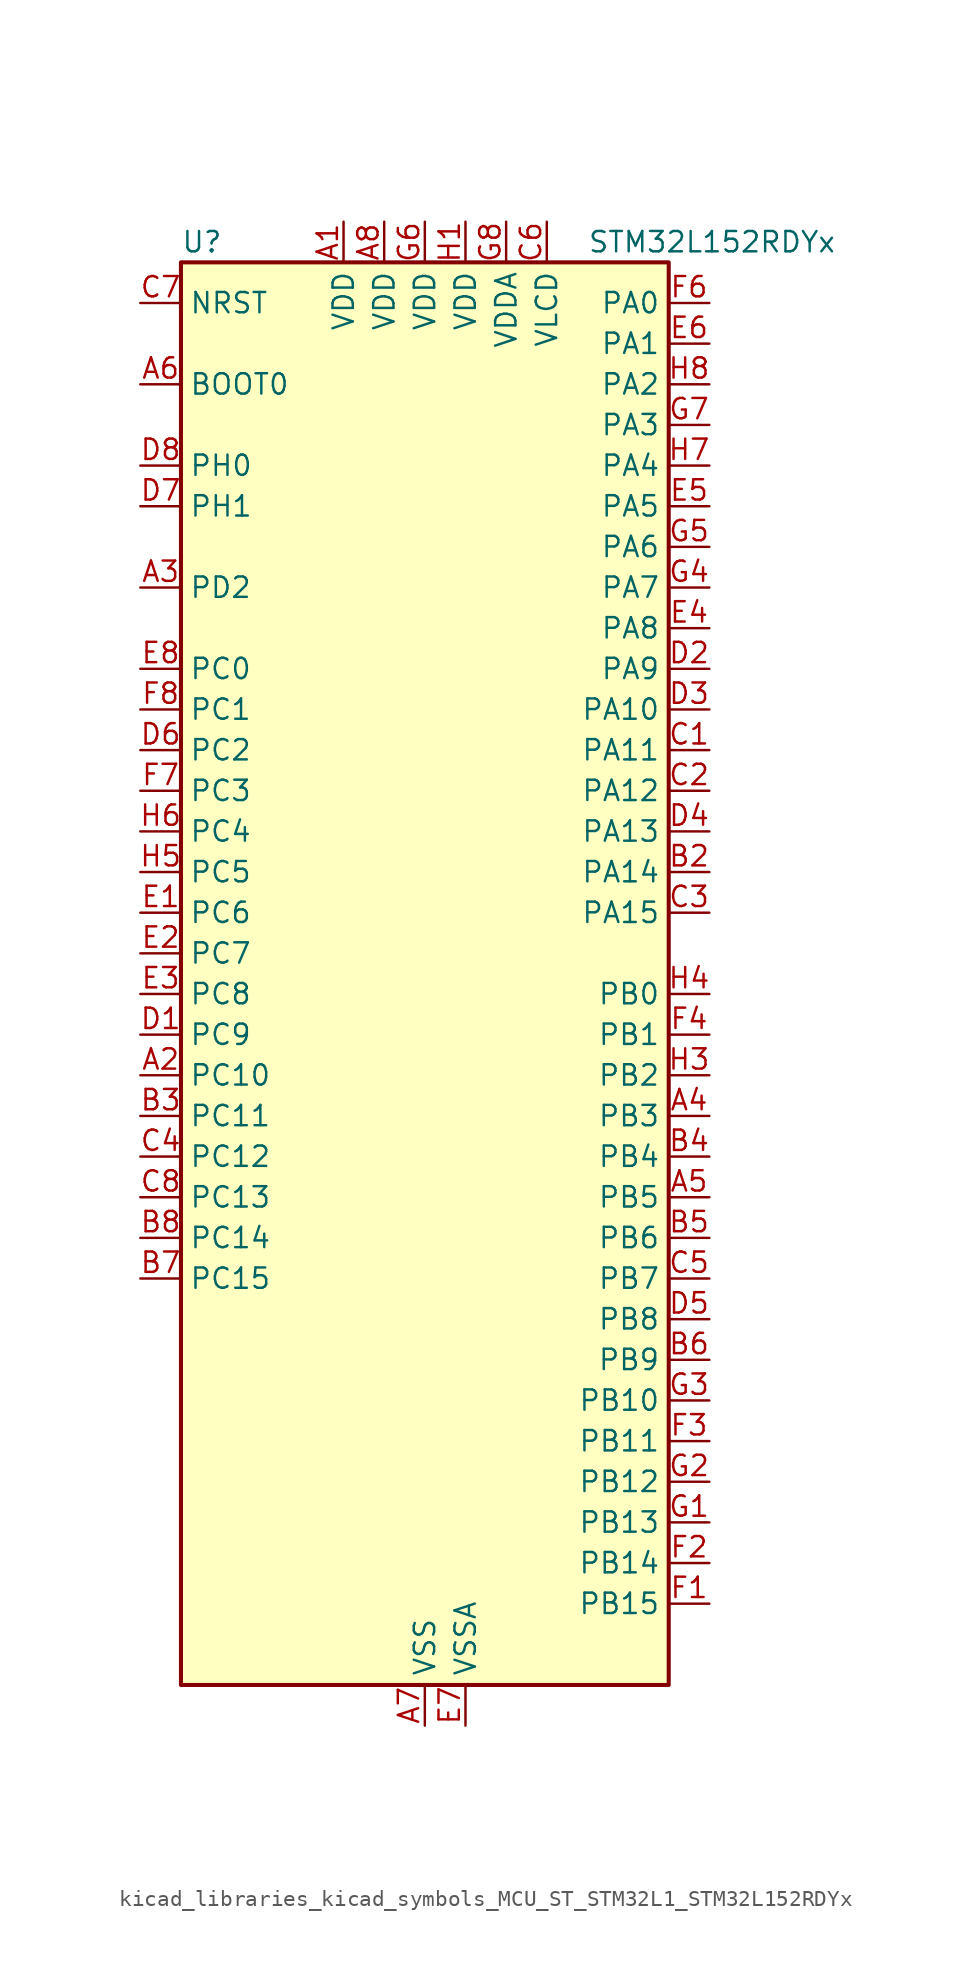
<source format=kicad_sym>
(kicad_symbol_lib
  (version 20220914)
  (generator kicad_symbol_editor)
  (symbol "kicad_libraries_kicad_symbols_MCU_ST_STM32L1_STM32L152RDYx"
    (property "Reference" "U"
      (at -15.24 46.99 0)
      (effects (font (size 1.27 1.27)) (justify left)))
    (property "Value" "STM32L152RDYx"
      (at 10.16 46.99 0)
      (effects (font (size 1.27 1.27)) (justify left)))
    (property "ki_locked" ""
      (at 0 0 0)
      (effects (font (size 1.27 1.27))))
    (symbol "kicad_libraries_kicad_symbols_MCU_ST_STM32L1_STM32L152RDYx_0_1"
      (rectangle (start -15.24 -43.18) (end 15.24 45.72) (stroke (width 0.254) (type default)) (fill (type background))))
    (symbol "kicad_libraries_kicad_symbols_MCU_ST_STM32L1_STM32L152RDYx_1_1"
      (pin power_in line (at -5.08 48.26 270) (length 2.54) (name "VDD" (effects (font (size 1.27 1.27)))) (number "A1" (effects (font (size 1.27 1.27)))))
      (pin bidirectional line (at -17.78 -5.08 0) (length 2.54) (name "PC10" (effects (font (size 1.27 1.27)))) (number "A2" (effects (font (size 1.27 1.27)))) (alternate "I2S3_CK" bidirectional line) (alternate "LCD_COM4" bidirectional line) (alternate "LCD_SEG28" bidirectional line) (alternate "LCD_SEG40" bidirectional line) (alternate "SDIO_D2" bidirectional line) (alternate "SPI3_SCK" bidirectional line) (alternate "TIMX_IC3" bidirectional line) (alternate "UART4_TX" bidirectional line) (alternate "USART3_TX" bidirectional line))
      (pin bidirectional line (at -17.78 25.4 0) (length 2.54) (name "PD2" (effects (font (size 1.27 1.27)))) (number "A3" (effects (font (size 1.27 1.27)))) (alternate "LCD_COM7" bidirectional line) (alternate "LCD_SEG31" bidirectional line) (alternate "LCD_SEG43" bidirectional line) (alternate "SDIO_CMD" bidirectional line) (alternate "TIM3_ETR" bidirectional line) (alternate "TIMX_IC3" bidirectional line) (alternate "UART5_RX" bidirectional line))
      (pin bidirectional line (at 17.78 -7.62 180) (length 2.54) (name "PB3" (effects (font (size 1.27 1.27)))) (number "A4" (effects (font (size 1.27 1.27)))) (alternate "COMP2_INM" bidirectional line) (alternate "I2S3_CK" bidirectional line) (alternate "LCD_SEG7" bidirectional line) (alternate "SPI1_SCK" bidirectional line) (alternate "SPI3_SCK" bidirectional line) (alternate "SYS_JTDO-TRACESWO" bidirectional line) (alternate "TIM2_CH2" bidirectional line))
      (pin bidirectional line (at 17.78 -12.7 180) (length 2.54) (name "PB5" (effects (font (size 1.27 1.27)))) (number "A5" (effects (font (size 1.27 1.27)))) (alternate "COMP2_INP" bidirectional line) (alternate "I2C1_SMBA" bidirectional line) (alternate "I2S3_SD" bidirectional line) (alternate "LCD_SEG9" bidirectional line) (alternate "SPI1_MOSI" bidirectional line) (alternate "SPI3_MOSI" bidirectional line) (alternate "TIM3_CH2" bidirectional line) (alternate "TS_G6_IO2" bidirectional line))
      (pin input line (at -17.78 38.1 0) (length 2.54) (name "BOOT0" (effects (font (size 1.27 1.27)))) (number "A6" (effects (font (size 1.27 1.27)))))
      (pin power_in line (at 0 -45.72 90) (length 2.54) (name "VSS" (effects (font (size 1.27 1.27)))) (number "A7" (effects (font (size 1.27 1.27)))))
      (pin power_in line (at -2.54 48.26 270) (length 2.54) (name "VDD" (effects (font (size 1.27 1.27)))) (number "A8" (effects (font (size 1.27 1.27)))))
      (pin passive line (at 0 -45.72 90) (length 2.54) hide (name "VSS" (effects (font (size 1.27 1.27)))) (number "B1" (effects (font (size 1.27 1.27)))))
      (pin bidirectional line (at 17.78 7.62 180) (length 2.54) (name "PA14" (effects (font (size 1.27 1.27)))) (number "B2" (effects (font (size 1.27 1.27)))) (alternate "SYS_JTCK-SWCLK" bidirectional line) (alternate "TIMX_IC3" bidirectional line) (alternate "TS_G5_IO2" bidirectional line))
      (pin bidirectional line (at -17.78 -7.62 0) (length 2.54) (name "PC11" (effects (font (size 1.27 1.27)))) (number "B3" (effects (font (size 1.27 1.27)))) (alternate "ADC_EXTI11" bidirectional line) (alternate "LCD_COM5" bidirectional line) (alternate "LCD_SEG29" bidirectional line) (alternate "LCD_SEG41" bidirectional line) (alternate "SDIO_D3" bidirectional line) (alternate "SPI3_MISO" bidirectional line) (alternate "TIMX_IC4" bidirectional line) (alternate "UART4_RX" bidirectional line) (alternate "USART3_RX" bidirectional line))
      (pin bidirectional line (at 17.78 -10.16 180) (length 2.54) (name "PB4" (effects (font (size 1.27 1.27)))) (number "B4" (effects (font (size 1.27 1.27)))) (alternate "COMP2_INP" bidirectional line) (alternate "LCD_SEG8" bidirectional line) (alternate "SPI1_MISO" bidirectional line) (alternate "SPI3_MISO" bidirectional line) (alternate "SYS_JTRST" bidirectional line) (alternate "TIM3_CH1" bidirectional line) (alternate "TS_G6_IO1" bidirectional line))
      (pin bidirectional line (at 17.78 -15.24 180) (length 2.54) (name "PB6" (effects (font (size 1.27 1.27)))) (number "B5" (effects (font (size 1.27 1.27)))) (alternate "COMP2_INP" bidirectional line) (alternate "I2C1_SCL" bidirectional line) (alternate "TIM4_CH1" bidirectional line) (alternate "TS_G6_IO3" bidirectional line) (alternate "USART1_TX" bidirectional line))
      (pin bidirectional line (at 17.78 -22.86 180) (length 2.54) (name "PB9" (effects (font (size 1.27 1.27)))) (number "B6" (effects (font (size 1.27 1.27)))) (alternate "DAC_EXTI9" bidirectional line) (alternate "I2C1_SDA" bidirectional line) (alternate "LCD_COM3" bidirectional line) (alternate "SDIO_D5" bidirectional line) (alternate "TIM11_CH1" bidirectional line) (alternate "TIM4_CH4" bidirectional line))
      (pin bidirectional line (at -17.78 -17.78 0) (length 2.54) (name "PC15" (effects (font (size 1.27 1.27)))) (number "B7" (effects (font (size 1.27 1.27)))) (alternate "ADC_EXTI15" bidirectional line) (alternate "RCC_OSC32_OUT" bidirectional line) (alternate "TIMX_IC4" bidirectional line))
      (pin bidirectional line (at -17.78 -15.24 0) (length 2.54) (name "PC14" (effects (font (size 1.27 1.27)))) (number "B8" (effects (font (size 1.27 1.27)))) (alternate "RCC_OSC32_IN" bidirectional line) (alternate "TIMX_IC3" bidirectional line))
      (pin bidirectional line (at 17.78 15.24 180) (length 2.54) (name "PA11" (effects (font (size 1.27 1.27)))) (number "C1" (effects (font (size 1.27 1.27)))) (alternate "ADC_EXTI11" bidirectional line) (alternate "SPI1_MISO" bidirectional line) (alternate "TIMX_IC4" bidirectional line) (alternate "USART1_CTS" bidirectional line) (alternate "USB_DM" bidirectional line))
      (pin bidirectional line (at 17.78 12.7 180) (length 2.54) (name "PA12" (effects (font (size 1.27 1.27)))) (number "C2" (effects (font (size 1.27 1.27)))) (alternate "SPI1_MOSI" bidirectional line) (alternate "TIMX_IC1" bidirectional line) (alternate "USART1_RTS" bidirectional line) (alternate "USB_DP" bidirectional line))
      (pin bidirectional line (at 17.78 5.08 180) (length 2.54) (name "PA15" (effects (font (size 1.27 1.27)))) (number "C3" (effects (font (size 1.27 1.27)))) (alternate "ADC_EXTI15" bidirectional line) (alternate "I2S3_WS" bidirectional line) (alternate "LCD_SEG17" bidirectional line) (alternate "SPI1_NSS" bidirectional line) (alternate "SPI3_NSS" bidirectional line) (alternate "SYS_JTDI" bidirectional line) (alternate "TIM2_CH1" bidirectional line) (alternate "TIM2_ETR" bidirectional line) (alternate "TIMX_IC4" bidirectional line) (alternate "TS_G5_IO3" bidirectional line))
      (pin bidirectional line (at -17.78 -10.16 0) (length 2.54) (name "PC12" (effects (font (size 1.27 1.27)))) (number "C4" (effects (font (size 1.27 1.27)))) (alternate "I2S3_SD" bidirectional line) (alternate "LCD_COM6" bidirectional line) (alternate "LCD_SEG30" bidirectional line) (alternate "LCD_SEG42" bidirectional line) (alternate "SDIO_CK" bidirectional line) (alternate "SPI3_MOSI" bidirectional line) (alternate "TIMX_IC1" bidirectional line) (alternate "UART5_TX" bidirectional line) (alternate "USART3_CK" bidirectional line))
      (pin bidirectional line (at 17.78 -17.78 180) (length 2.54) (name "PB7" (effects (font (size 1.27 1.27)))) (number "C5" (effects (font (size 1.27 1.27)))) (alternate "COMP2_INP" bidirectional line) (alternate "I2C1_SDA" bidirectional line) (alternate "SYS_PVD_IN" bidirectional line) (alternate "TIM4_CH2" bidirectional line) (alternate "TS_G6_IO4" bidirectional line) (alternate "USART1_RX" bidirectional line))
      (pin power_in line (at 7.62 48.26 270) (length 2.54) (name "VLCD" (effects (font (size 1.27 1.27)))) (number "C6" (effects (font (size 1.27 1.27)))))
      (pin input line (at -17.78 43.18 0) (length 2.54) (name "NRST" (effects (font (size 1.27 1.27)))) (number "C7" (effects (font (size 1.27 1.27)))))
      (pin bidirectional line (at -17.78 -12.7 0) (length 2.54) (name "PC13" (effects (font (size 1.27 1.27)))) (number "C8" (effects (font (size 1.27 1.27)))) (alternate "RTC_OUT_ALARM" bidirectional line) (alternate "RTC_OUT_CALIB" bidirectional line) (alternate "RTC_TAMP1" bidirectional line) (alternate "RTC_TS" bidirectional line) (alternate "SYS_WKUP2" bidirectional line) (alternate "TIMX_IC2" bidirectional line))
      (pin bidirectional line (at -17.78 -2.54 0) (length 2.54) (name "PC9" (effects (font (size 1.27 1.27)))) (number "D1" (effects (font (size 1.27 1.27)))) (alternate "DAC_EXTI9" bidirectional line) (alternate "LCD_SEG27" bidirectional line) (alternate "SDIO_D1" bidirectional line) (alternate "TIM3_CH4" bidirectional line) (alternate "TIMX_IC2" bidirectional line) (alternate "TS_G10_IO4" bidirectional line))
      (pin bidirectional line (at 17.78 20.32 180) (length 2.54) (name "PA9" (effects (font (size 1.27 1.27)))) (number "D2" (effects (font (size 1.27 1.27)))) (alternate "DAC_EXTI9" bidirectional line) (alternate "LCD_COM1" bidirectional line) (alternate "TIMX_IC2" bidirectional line) (alternate "TS_G4_IO2" bidirectional line) (alternate "USART1_TX" bidirectional line))
      (pin bidirectional line (at 17.78 17.78 180) (length 2.54) (name "PA10" (effects (font (size 1.27 1.27)))) (number "D3" (effects (font (size 1.27 1.27)))) (alternate "LCD_COM2" bidirectional line) (alternate "TIMX_IC3" bidirectional line) (alternate "TS_G4_IO3" bidirectional line) (alternate "USART1_RX" bidirectional line))
      (pin bidirectional line (at 17.78 10.16 180) (length 2.54) (name "PA13" (effects (font (size 1.27 1.27)))) (number "D4" (effects (font (size 1.27 1.27)))) (alternate "SYS_JTMS-SWDIO" bidirectional line) (alternate "TIMX_IC2" bidirectional line) (alternate "TS_G5_IO1" bidirectional line))
      (pin bidirectional line (at 17.78 -20.32 180) (length 2.54) (name "PB8" (effects (font (size 1.27 1.27)))) (number "D5" (effects (font (size 1.27 1.27)))) (alternate "I2C1_SCL" bidirectional line) (alternate "LCD_SEG16" bidirectional line) (alternate "SDIO_D4" bidirectional line) (alternate "TIM10_CH1" bidirectional line) (alternate "TIM4_CH3" bidirectional line))
      (pin bidirectional line (at -17.78 15.24 0) (length 2.54) (name "PC2" (effects (font (size 1.27 1.27)))) (number "D6" (effects (font (size 1.27 1.27)))) (alternate "ADC_IN12" bidirectional line) (alternate "COMP1_INP" bidirectional line) (alternate "LCD_SEG20" bidirectional line) (alternate "OPAMP3_VINM" bidirectional line) (alternate "TIMX_IC3" bidirectional line) (alternate "TS_G8_IO3" bidirectional line))
      (pin bidirectional line (at -17.78 30.48 0) (length 2.54) (name "PH1" (effects (font (size 1.27 1.27)))) (number "D7" (effects (font (size 1.27 1.27)))) (alternate "RCC_OSC_OUT" bidirectional line))
      (pin bidirectional line (at -17.78 33.02 0) (length 2.54) (name "PH0" (effects (font (size 1.27 1.27)))) (number "D8" (effects (font (size 1.27 1.27)))) (alternate "RCC_OSC_IN" bidirectional line))
      (pin bidirectional line (at -17.78 5.08 0) (length 2.54) (name "PC6" (effects (font (size 1.27 1.27)))) (number "E1" (effects (font (size 1.27 1.27)))) (alternate "I2S2_MCK" bidirectional line) (alternate "LCD_SEG24" bidirectional line) (alternate "SDIO_D6" bidirectional line) (alternate "TIM3_CH1" bidirectional line) (alternate "TIMX_IC3" bidirectional line) (alternate "TS_G10_IO1" bidirectional line))
      (pin bidirectional line (at -17.78 2.54 0) (length 2.54) (name "PC7" (effects (font (size 1.27 1.27)))) (number "E2" (effects (font (size 1.27 1.27)))) (alternate "I2S3_MCK" bidirectional line) (alternate "LCD_SEG25" bidirectional line) (alternate "SDIO_D7" bidirectional line) (alternate "TIM3_CH2" bidirectional line) (alternate "TIMX_IC4" bidirectional line) (alternate "TS_G10_IO2" bidirectional line))
      (pin bidirectional line (at -17.78 0 0) (length 2.54) (name "PC8" (effects (font (size 1.27 1.27)))) (number "E3" (effects (font (size 1.27 1.27)))) (alternate "LCD_SEG26" bidirectional line) (alternate "SDIO_D0" bidirectional line) (alternate "TIM3_CH3" bidirectional line) (alternate "TIMX_IC1" bidirectional line) (alternate "TS_G10_IO3" bidirectional line))
      (pin bidirectional line (at 17.78 22.86 180) (length 2.54) (name "PA8" (effects (font (size 1.27 1.27)))) (number "E4" (effects (font (size 1.27 1.27)))) (alternate "LCD_COM0" bidirectional line) (alternate "RCC_MCO" bidirectional line) (alternate "TIMX_IC1" bidirectional line) (alternate "TS_G4_IO1" bidirectional line) (alternate "USART1_CK" bidirectional line))
      (pin bidirectional line (at 17.78 30.48 180) (length 2.54) (name "PA5" (effects (font (size 1.27 1.27)))) (number "E5" (effects (font (size 1.27 1.27)))) (alternate "ADC_IN5" bidirectional line) (alternate "COMP1_INP" bidirectional line) (alternate "DAC_OUT2" bidirectional line) (alternate "SPI1_SCK" bidirectional line) (alternate "TIM2_CH1" bidirectional line) (alternate "TIM2_ETR" bidirectional line) (alternate "TIMX_IC2" bidirectional line))
      (pin bidirectional line (at 17.78 40.64 180) (length 2.54) (name "PA1" (effects (font (size 1.27 1.27)))) (number "E6" (effects (font (size 1.27 1.27)))) (alternate "ADC_IN1" bidirectional line) (alternate "COMP1_INP" bidirectional line) (alternate "LCD_SEG0" bidirectional line) (alternate "OPAMP1_VINP" bidirectional line) (alternate "TIM2_CH2" bidirectional line) (alternate "TIM5_CH2" bidirectional line) (alternate "TIMX_IC2" bidirectional line) (alternate "TS_G1_IO2" bidirectional line) (alternate "USART2_RTS" bidirectional line))
      (pin power_in line (at 2.54 -45.72 90) (length 2.54) (name "VSSA" (effects (font (size 1.27 1.27)))) (number "E7" (effects (font (size 1.27 1.27)))))
      (pin bidirectional line (at -17.78 20.32 0) (length 2.54) (name "PC0" (effects (font (size 1.27 1.27)))) (number "E8" (effects (font (size 1.27 1.27)))) (alternate "ADC_IN10" bidirectional line) (alternate "COMP1_INP" bidirectional line) (alternate "LCD_SEG18" bidirectional line) (alternate "TIMX_IC1" bidirectional line) (alternate "TS_G8_IO1" bidirectional line))
      (pin bidirectional line (at 17.78 -38.1 180) (length 2.54) (name "PB15" (effects (font (size 1.27 1.27)))) (number "F1" (effects (font (size 1.27 1.27)))) (alternate "ADC_EXTI15" bidirectional line) (alternate "ADC_IN21" bidirectional line) (alternate "COMP1_INP" bidirectional line) (alternate "I2S2_SD" bidirectional line) (alternate "LCD_SEG15" bidirectional line) (alternate "RTC_REFIN" bidirectional line) (alternate "SPI2_MOSI" bidirectional line) (alternate "TIM11_CH1" bidirectional line) (alternate "TS_G7_IO4" bidirectional line))
      (pin bidirectional line (at 17.78 -35.56 180) (length 2.54) (name "PB14" (effects (font (size 1.27 1.27)))) (number "F2" (effects (font (size 1.27 1.27)))) (alternate "ADC_IN20" bidirectional line) (alternate "COMP1_INP" bidirectional line) (alternate "LCD_SEG14" bidirectional line) (alternate "SPI2_MISO" bidirectional line) (alternate "TIM9_CH2" bidirectional line) (alternate "TS_G7_IO3" bidirectional line) (alternate "USART3_RTS" bidirectional line))
      (pin bidirectional line (at 17.78 -27.94 180) (length 2.54) (name "PB11" (effects (font (size 1.27 1.27)))) (number "F3" (effects (font (size 1.27 1.27)))) (alternate "ADC_EXTI11" bidirectional line) (alternate "I2C2_SDA" bidirectional line) (alternate "LCD_SEG11" bidirectional line) (alternate "TIM2_CH4" bidirectional line) (alternate "USART3_RX" bidirectional line))
      (pin bidirectional line (at 17.78 -2.54 180) (length 2.54) (name "PB1" (effects (font (size 1.27 1.27)))) (number "F4" (effects (font (size 1.27 1.27)))) (alternate "ADC_IN9" bidirectional line) (alternate "COMP1_INP" bidirectional line) (alternate "LCD_SEG6" bidirectional line) (alternate "SYS_V_REF_OUT" bidirectional line) (alternate "TIM3_CH4" bidirectional line) (alternate "TS_G3_IO2" bidirectional line))
      (pin passive line (at 0 -45.72 90) (length 2.54) hide (name "VSS" (effects (font (size 1.27 1.27)))) (number "F5" (effects (font (size 1.27 1.27)))))
      (pin bidirectional line (at 17.78 43.18 180) (length 2.54) (name "PA0" (effects (font (size 1.27 1.27)))) (number "F6" (effects (font (size 1.27 1.27)))) (alternate "ADC_IN0" bidirectional line) (alternate "COMP1_INP" bidirectional line) (alternate "RTC_TAMP2" bidirectional line) (alternate "SYS_WKUP1" bidirectional line) (alternate "TIM2_CH1" bidirectional line) (alternate "TIM2_ETR" bidirectional line) (alternate "TIM5_CH1" bidirectional line) (alternate "TIMX_IC1" bidirectional line) (alternate "TS_G1_IO1" bidirectional line) (alternate "USART2_CTS" bidirectional line))
      (pin bidirectional line (at -17.78 12.7 0) (length 2.54) (name "PC3" (effects (font (size 1.27 1.27)))) (number "F7" (effects (font (size 1.27 1.27)))) (alternate "ADC_IN13" bidirectional line) (alternate "COMP1_INP" bidirectional line) (alternate "LCD_SEG21" bidirectional line) (alternate "OPAMP3_VOUT" bidirectional line) (alternate "TIMX_IC4" bidirectional line) (alternate "TS_G8_IO4" bidirectional line))
      (pin bidirectional line (at -17.78 17.78 0) (length 2.54) (name "PC1" (effects (font (size 1.27 1.27)))) (number "F8" (effects (font (size 1.27 1.27)))) (alternate "ADC_IN11" bidirectional line) (alternate "COMP1_INP" bidirectional line) (alternate "LCD_SEG19" bidirectional line) (alternate "OPAMP3_VINP" bidirectional line) (alternate "TIMX_IC2" bidirectional line) (alternate "TS_G8_IO2" bidirectional line))
      (pin bidirectional line (at 17.78 -33.02 180) (length 2.54) (name "PB13" (effects (font (size 1.27 1.27)))) (number "G1" (effects (font (size 1.27 1.27)))) (alternate "ADC_IN19" bidirectional line) (alternate "COMP1_INP" bidirectional line) (alternate "I2S2_CK" bidirectional line) (alternate "LCD_SEG13" bidirectional line) (alternate "SPI2_SCK" bidirectional line) (alternate "TIM9_CH1" bidirectional line) (alternate "TS_G7_IO2" bidirectional line) (alternate "USART3_CTS" bidirectional line))
      (pin bidirectional line (at 17.78 -30.48 180) (length 2.54) (name "PB12" (effects (font (size 1.27 1.27)))) (number "G2" (effects (font (size 1.27 1.27)))) (alternate "ADC_IN18" bidirectional line) (alternate "COMP1_INP" bidirectional line) (alternate "I2C2_SMBA" bidirectional line) (alternate "I2S2_WS" bidirectional line) (alternate "LCD_SEG12" bidirectional line) (alternate "SPI2_NSS" bidirectional line) (alternate "TIM10_CH1" bidirectional line) (alternate "TS_G7_IO1" bidirectional line) (alternate "USART3_CK" bidirectional line))
      (pin bidirectional line (at 17.78 -25.4 180) (length 2.54) (name "PB10" (effects (font (size 1.27 1.27)))) (number "G3" (effects (font (size 1.27 1.27)))) (alternate "I2C2_SCL" bidirectional line) (alternate "LCD_SEG10" bidirectional line) (alternate "TIM2_CH3" bidirectional line) (alternate "USART3_TX" bidirectional line))
      (pin bidirectional line (at 17.78 25.4 180) (length 2.54) (name "PA7" (effects (font (size 1.27 1.27)))) (number "G4" (effects (font (size 1.27 1.27)))) (alternate "ADC_IN7" bidirectional line) (alternate "COMP1_INP" bidirectional line) (alternate "LCD_SEG4" bidirectional line) (alternate "OPAMP2_VINM" bidirectional line) (alternate "SPI1_MOSI" bidirectional line) (alternate "TIM11_CH1" bidirectional line) (alternate "TIM3_CH2" bidirectional line) (alternate "TIMX_IC4" bidirectional line) (alternate "TS_G2_IO2" bidirectional line))
      (pin bidirectional line (at 17.78 27.94 180) (length 2.54) (name "PA6" (effects (font (size 1.27 1.27)))) (number "G5" (effects (font (size 1.27 1.27)))) (alternate "ADC_IN6" bidirectional line) (alternate "COMP1_INP" bidirectional line) (alternate "LCD_SEG3" bidirectional line) (alternate "OPAMP2_VINP" bidirectional line) (alternate "SPI1_MISO" bidirectional line) (alternate "TIM10_CH1" bidirectional line) (alternate "TIM3_CH1" bidirectional line) (alternate "TIMX_IC3" bidirectional line) (alternate "TS_G2_IO1" bidirectional line))
      (pin power_in line (at 0 48.26 270) (length 2.54) (name "VDD" (effects (font (size 1.27 1.27)))) (number "G6" (effects (font (size 1.27 1.27)))))
      (pin bidirectional line (at 17.78 35.56 180) (length 2.54) (name "PA3" (effects (font (size 1.27 1.27)))) (number "G7" (effects (font (size 1.27 1.27)))) (alternate "ADC_IN3" bidirectional line) (alternate "COMP1_INP" bidirectional line) (alternate "LCD_SEG2" bidirectional line) (alternate "OPAMP1_VOUT" bidirectional line) (alternate "TIM2_CH4" bidirectional line) (alternate "TIM5_CH4" bidirectional line) (alternate "TIM9_CH2" bidirectional line) (alternate "TIMX_IC4" bidirectional line) (alternate "TS_G1_IO4" bidirectional line) (alternate "USART2_RX" bidirectional line))
      (pin power_in line (at 5.08 48.26 270) (length 2.54) (name "VDDA" (effects (font (size 1.27 1.27)))) (number "G8" (effects (font (size 1.27 1.27)))))
      (pin power_in line (at 2.54 48.26 270) (length 2.54) (name "VDD" (effects (font (size 1.27 1.27)))) (number "H1" (effects (font (size 1.27 1.27)))))
      (pin passive line (at 0 -45.72 90) (length 2.54) hide (name "VSS" (effects (font (size 1.27 1.27)))) (number "H2" (effects (font (size 1.27 1.27)))))
      (pin bidirectional line (at 17.78 -5.08 180) (length 2.54) (name "PB2" (effects (font (size 1.27 1.27)))) (number "H3" (effects (font (size 1.27 1.27)))) (alternate "TS_G3_IO3" bidirectional line))
      (pin bidirectional line (at 17.78 0 180) (length 2.54) (name "PB0" (effects (font (size 1.27 1.27)))) (number "H4" (effects (font (size 1.27 1.27)))) (alternate "ADC_IN8" bidirectional line) (alternate "COMP1_INP" bidirectional line) (alternate "LCD_SEG5" bidirectional line) (alternate "OPAMP2_VOUT" bidirectional line) (alternate "SYS_V_REF_OUT" bidirectional line) (alternate "TIM3_CH3" bidirectional line) (alternate "TS_G3_IO1" bidirectional line))
      (pin bidirectional line (at -17.78 7.62 0) (length 2.54) (name "PC5" (effects (font (size 1.27 1.27)))) (number "H5" (effects (font (size 1.27 1.27)))) (alternate "ADC_IN15" bidirectional line) (alternate "COMP1_INP" bidirectional line) (alternate "LCD_SEG23" bidirectional line) (alternate "TIMX_IC2" bidirectional line) (alternate "TS_G9_IO2" bidirectional line))
      (pin bidirectional line (at -17.78 10.16 0) (length 2.54) (name "PC4" (effects (font (size 1.27 1.27)))) (number "H6" (effects (font (size 1.27 1.27)))) (alternate "ADC_IN14" bidirectional line) (alternate "COMP1_INP" bidirectional line) (alternate "LCD_SEG22" bidirectional line) (alternate "TIMX_IC1" bidirectional line) (alternate "TS_G9_IO1" bidirectional line))
      (pin bidirectional line (at 17.78 33.02 180) (length 2.54) (name "PA4" (effects (font (size 1.27 1.27)))) (number "H7" (effects (font (size 1.27 1.27)))) (alternate "ADC_IN4" bidirectional line) (alternate "COMP1_INP" bidirectional line) (alternate "DAC_OUT1" bidirectional line) (alternate "I2S3_WS" bidirectional line) (alternate "SPI1_NSS" bidirectional line) (alternate "SPI3_NSS" bidirectional line) (alternate "TIMX_IC1" bidirectional line) (alternate "USART2_CK" bidirectional line))
      (pin bidirectional line (at 17.78 38.1 180) (length 2.54) (name "PA2" (effects (font (size 1.27 1.27)))) (number "H8" (effects (font (size 1.27 1.27)))) (alternate "ADC_IN2" bidirectional line) (alternate "COMP1_INP" bidirectional line) (alternate "LCD_SEG1" bidirectional line) (alternate "OPAMP1_VINM" bidirectional line) (alternate "TIM2_CH3" bidirectional line) (alternate "TIM5_CH3" bidirectional line) (alternate "TIM9_CH1" bidirectional line) (alternate "TIMX_IC3" bidirectional line) (alternate "TS_G1_IO3" bidirectional line) (alternate "USART2_TX" bidirectional line)))))
</source>
